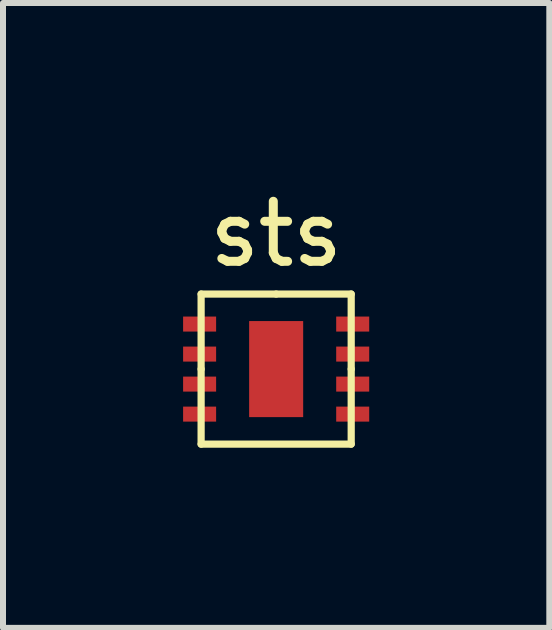
<source format=kicad_pcb>
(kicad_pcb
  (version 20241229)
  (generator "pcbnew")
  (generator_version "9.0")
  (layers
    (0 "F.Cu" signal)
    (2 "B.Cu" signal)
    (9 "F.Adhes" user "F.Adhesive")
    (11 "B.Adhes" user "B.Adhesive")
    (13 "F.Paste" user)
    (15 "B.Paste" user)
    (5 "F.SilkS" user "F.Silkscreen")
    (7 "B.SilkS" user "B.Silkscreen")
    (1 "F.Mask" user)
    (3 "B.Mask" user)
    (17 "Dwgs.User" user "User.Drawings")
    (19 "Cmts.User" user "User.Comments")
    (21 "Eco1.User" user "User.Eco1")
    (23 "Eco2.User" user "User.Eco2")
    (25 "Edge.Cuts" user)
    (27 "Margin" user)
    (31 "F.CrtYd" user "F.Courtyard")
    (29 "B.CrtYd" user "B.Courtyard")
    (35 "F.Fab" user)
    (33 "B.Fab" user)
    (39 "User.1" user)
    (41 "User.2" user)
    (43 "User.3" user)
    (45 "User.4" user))
  (footprint "sts"
    (layer "F.Cu")
    (at 1.55 3.098)
    (property "Reference" "sts" (at 0 -2.25 0) (layer "F.SilkS") (effects (font (size 1 1) (thickness 0.15))))
    (attr through_hole)
    (fp_line (start -1.25 -1.25) (end -1.25 0) (stroke (width 0.12) (type solid)) (layer "F.SilkS"))
    (fp_line (start -1.25 0) (end -1.25 1.25) (stroke (width 0.12) (type solid)) (layer "F.SilkS"))
    (fp_line (start -1.25 1.25) (end 1.25 1.25) (stroke (width 0.12) (type solid)) (layer "F.SilkS"))
    (fp_line (start 0 -1.25) (end -1.25 -1.25) (stroke (width 0.12) (type solid)) (layer "F.SilkS"))
    (fp_line (start 1.25 -1.25) (end 0 -1.25) (stroke (width 0.12) (type solid)) (layer "F.SilkS"))
    (fp_line (start 1.25 0) (end 1.25 -1.25) (stroke (width 0.12) (type solid)) (layer "F.SilkS"))
    (fp_line (start 1.25 1.25) (end 1.25 0) (stroke (width 0.12) (type solid)) (layer "F.SilkS"))
    (pad "1" smd rect (at -1.275 -0.75) (size 0.55 0.25) (layers "F.Cu" "F.Mask" "F.Paste"))
    (pad "2" smd rect (at -1.275 -0.25) (size 0.55 0.25) (layers "F.Cu" "F.Mask" "F.Paste"))
    (pad "3" smd rect (at -1.275 0.25) (size 0.55 0.25) (layers "F.Cu" "F.Mask" "F.Paste"))
    (pad "4" smd rect (at -1.275 0.75) (size 0.55 0.25) (layers "F.Cu" "F.Mask" "F.Paste"))
    (pad "5" smd rect (at 1.275 0.75) (size 0.55 0.25) (layers "F.Cu" "F.Mask" "F.Paste"))
    (pad "6" smd rect (at 1.275 0.25) (size 0.55 0.25) (layers "F.Cu" "F.Mask" "F.Paste"))
    (pad "7" smd rect (at 1.275 -0.25) (size 0.55 0.25) (layers "F.Cu" "F.Mask" "F.Paste"))
    (pad "8" smd rect (at 0 0) (size 0.9 1.6) (layers "F.Cu" "F.Mask" "F.Paste"))
    (pad "8" smd rect (at 1.275 -0.75) (size 0.55 0.25) (layers "F.Cu" "F.Mask" "F.Paste")))
  (gr_rect
    (start -3 -3)
    (end 6.1 7.408)
    (stroke (width 0.1) (type default))
    (fill no)
    (layer "Edge.Cuts")))
</source>
